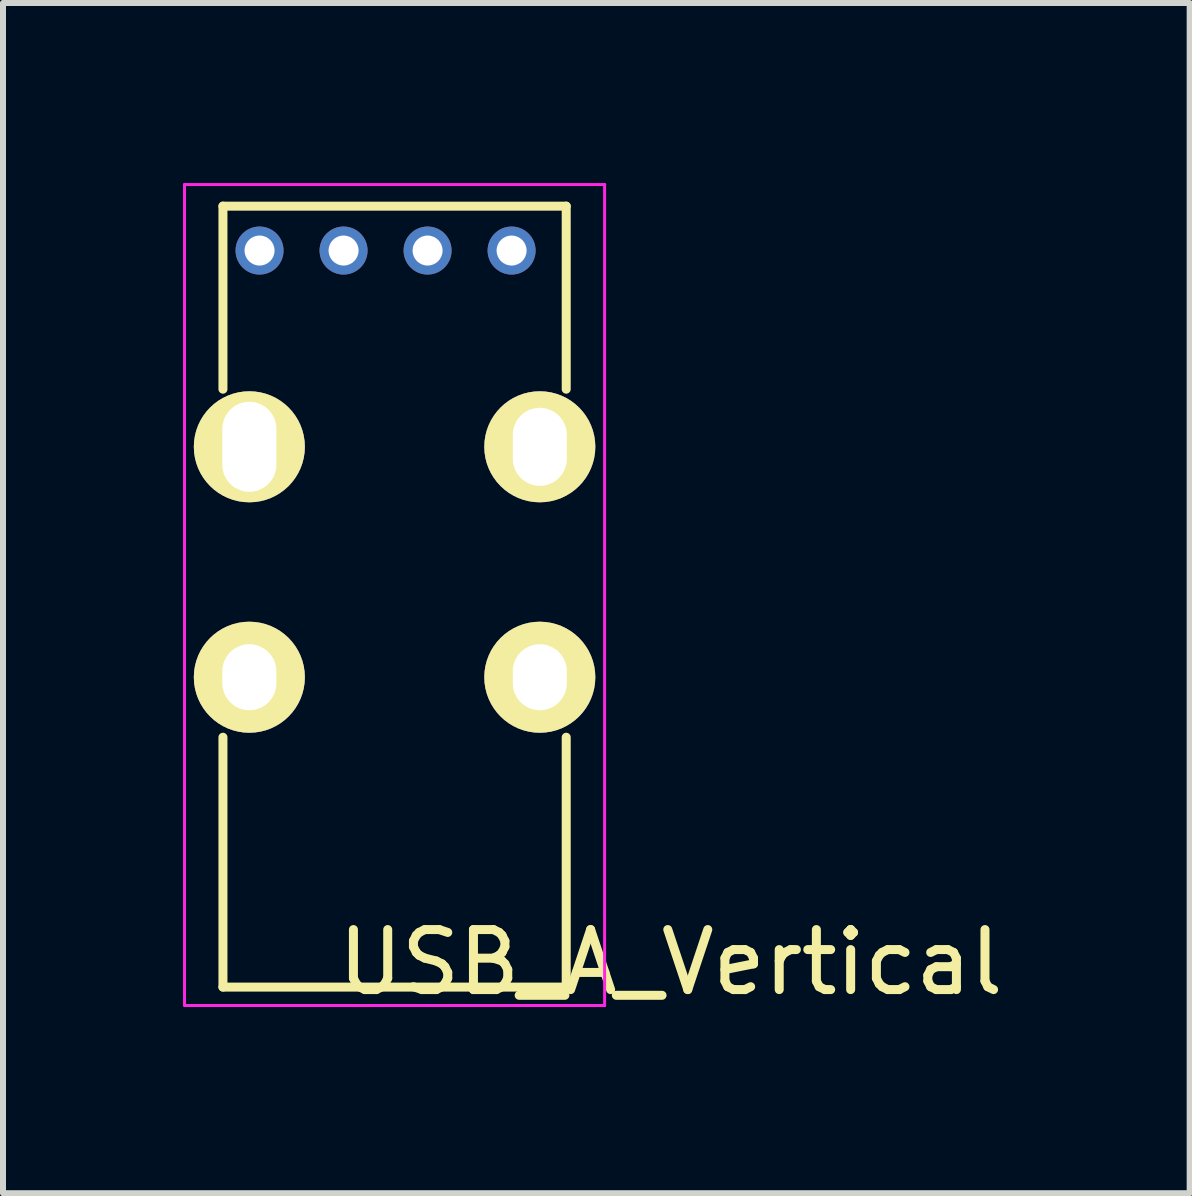
<source format=kicad_pcb>
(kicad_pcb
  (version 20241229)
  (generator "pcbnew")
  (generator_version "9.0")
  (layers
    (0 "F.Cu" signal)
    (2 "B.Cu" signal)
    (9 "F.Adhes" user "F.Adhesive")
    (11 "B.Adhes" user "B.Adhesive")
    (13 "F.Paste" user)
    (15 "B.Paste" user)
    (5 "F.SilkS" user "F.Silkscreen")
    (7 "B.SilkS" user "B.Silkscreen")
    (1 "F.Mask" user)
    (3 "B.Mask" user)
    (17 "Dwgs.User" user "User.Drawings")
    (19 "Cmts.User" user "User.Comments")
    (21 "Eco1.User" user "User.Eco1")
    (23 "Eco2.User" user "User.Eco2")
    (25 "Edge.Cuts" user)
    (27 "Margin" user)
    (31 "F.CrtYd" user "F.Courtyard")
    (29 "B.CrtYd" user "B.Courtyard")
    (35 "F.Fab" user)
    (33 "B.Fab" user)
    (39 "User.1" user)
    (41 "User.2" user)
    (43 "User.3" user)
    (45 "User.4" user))
  (footprint "USB_A_Vertical"
    (layer "F.Cu")
    (at 3.375 8.235)
    (property "Reference" "USB_A_Vertical" (at 4.75 4.75 0) (layer "F.SilkS") (effects (font (size 1 1) (thickness 0.15))))
    (attr through_hole)
    (fp_line (start -2.71 -7.85) (end -2.71 -4.8) (stroke (width 0.15) (type solid)) (layer "F.SilkS"))
    (fp_line (start -2.71 -7.85) (end 3.01 -7.85) (stroke (width 0.15) (type solid)) (layer "F.SilkS"))
    (fp_line (start -2.71 1) (end -2.71 5.163) (stroke (width 0.15) (type solid)) (layer "F.SilkS"))
    (fp_line (start -2.71 5.163) (end 3.01 5.163) (stroke (width 0.15) (type solid)) (layer "F.SilkS"))
    (fp_line (start 3.01 -7.85) (end 3.01 -4.8) (stroke (width 0.15) (type solid)) (layer "F.SilkS"))
    (fp_line (start 3.01 1) (end 3.01 5.163) (stroke (width 0.15) (type solid)) (layer "F.SilkS"))
    (fp_line (start -3.35 5.47) (end -3.35 -8.21) (stroke (width 0.05) (type solid)) (layer "F.CrtYd"))
    (fp_line (start -3.35 5.47) (end 3.65 5.47) (stroke (width 0.05) (type solid)) (layer "F.CrtYd"))
    (fp_line (start 3.65 -8.21) (end -3.35 -8.21) (stroke (width 0.05) (type solid)) (layer "F.CrtYd"))
    (fp_line (start 3.65 -8.21) (end 3.65 5.47) (stroke (width 0.05) (type solid)) (layer "F.CrtYd"))
    (pad "1" thru_hole circle (at 2.1 -7.11) (size 0.8 0.8) (drill 0.5) (layers "*.Cu" "*.Mask"))
    (pad "2" thru_hole circle (at 0.7 -7.11) (size 0.8 0.8) (drill 0.5) (layers "*.Cu" "*.Mask"))
    (pad "3" thru_hole circle (at -0.7 -7.11) (size 0.8 0.8) (drill 0.5) (layers "*.Cu" "*.Mask"))
    (pad "4" thru_hole circle (at -2.1 -7.11) (size 0.8 0.8) (drill 0.5) (layers "*.Cu" "*.Mask"))
    (pad "5" thru_hole oval (at -2.27 -3.84) (size 1.85 1.85) (drill oval 0.9 1.5) (layers "*.Cu" "*.Mask" "F.SilkS"))
    (pad "5" thru_hole oval (at -2.27 0) (size 1.85 1.85) (drill oval 0.9 1.1) (layers "*.Cu" "*.Mask" "F.SilkS"))
    (pad "5" thru_hole oval (at 2.57 -3.84) (size 1.85 1.85) (drill oval 0.9 1.3) (layers "*.Cu" "*.Mask" "F.SilkS"))
    (pad "5" thru_hole oval (at 2.57 0) (size 1.85 1.85) (drill oval 0.9 1.1) (layers "*.Cu" "*.Mask" "F.SilkS")))
  (gr_rect
    (start -3 -3)
    (end 16.774 16.833)
    (stroke (width 0.1) (type default))
    (fill no)
    (layer "Edge.Cuts")))
</source>
